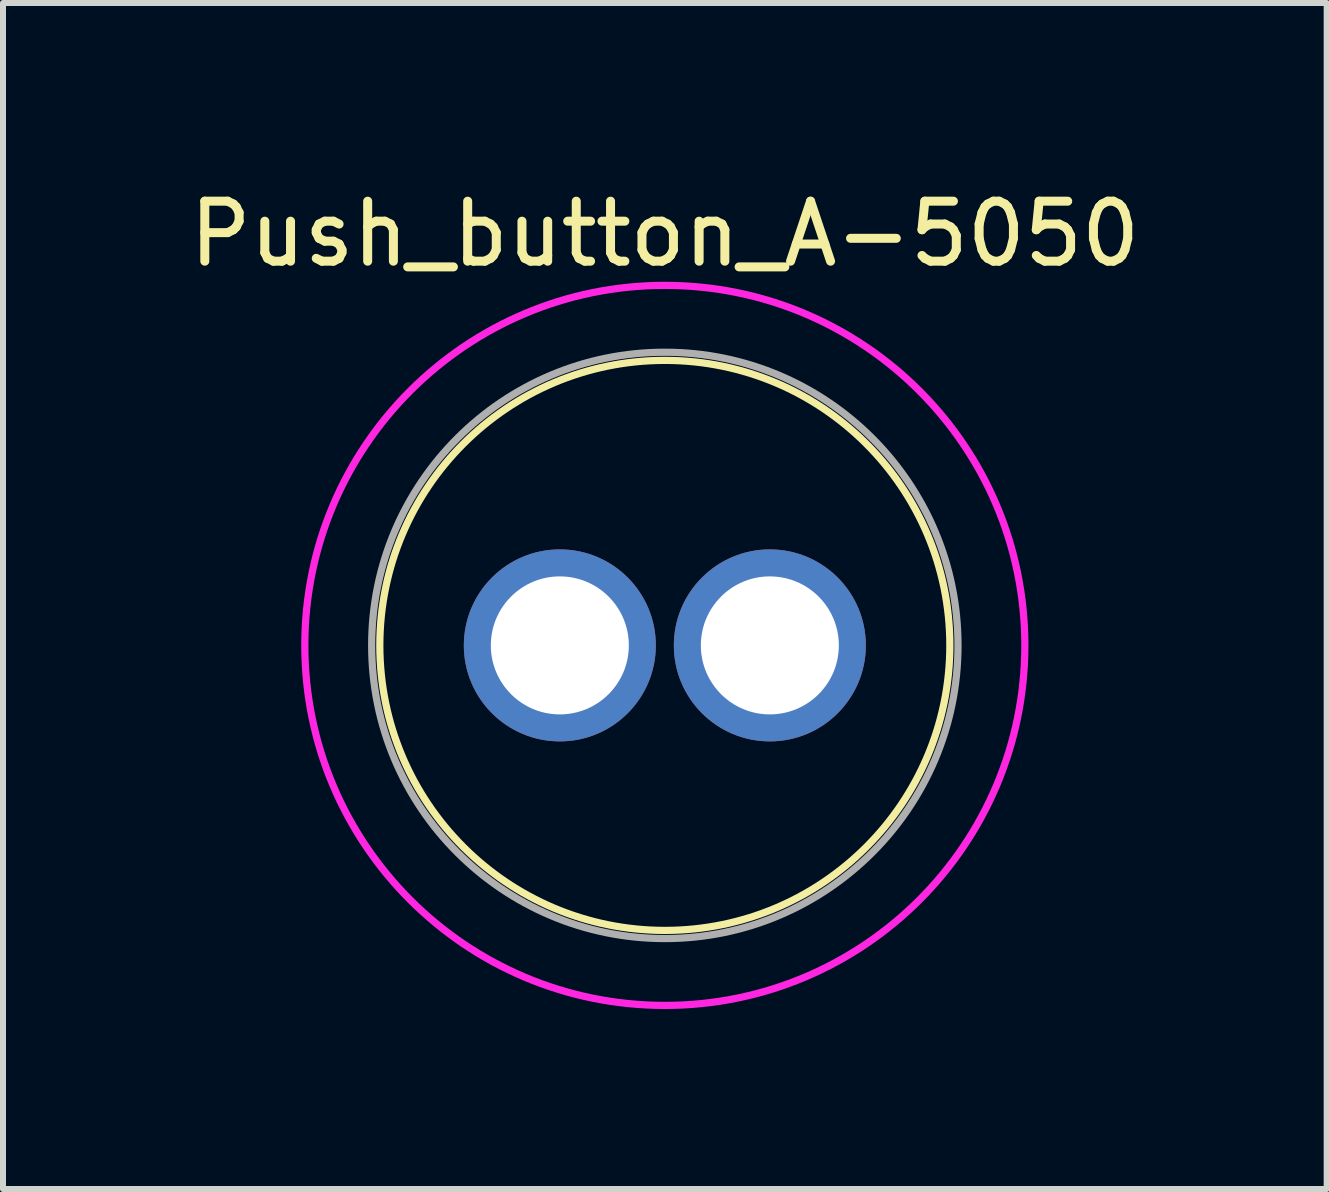
<source format=kicad_pcb>
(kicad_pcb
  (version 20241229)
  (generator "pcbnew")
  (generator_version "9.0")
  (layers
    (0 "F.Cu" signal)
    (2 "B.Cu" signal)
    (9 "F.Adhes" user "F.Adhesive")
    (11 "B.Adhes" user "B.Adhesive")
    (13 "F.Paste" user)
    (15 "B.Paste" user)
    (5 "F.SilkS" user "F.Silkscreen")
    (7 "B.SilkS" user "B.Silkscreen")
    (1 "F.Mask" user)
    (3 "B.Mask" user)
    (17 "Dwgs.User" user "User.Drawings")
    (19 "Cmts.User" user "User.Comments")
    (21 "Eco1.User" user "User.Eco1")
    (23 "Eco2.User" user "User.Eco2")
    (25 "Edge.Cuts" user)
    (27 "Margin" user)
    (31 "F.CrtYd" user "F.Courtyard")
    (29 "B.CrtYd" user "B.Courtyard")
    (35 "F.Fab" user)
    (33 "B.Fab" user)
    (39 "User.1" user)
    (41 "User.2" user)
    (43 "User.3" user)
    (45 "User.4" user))
  (footprint "Push_button_A-5050"
    (layer "F.Cu")
    (at 8.03 7.706)
    (property "Reference" "Push_button_A-5050" (at 0 -6.858 0) (layer "F.SilkS") (effects (font (size 1 1) (thickness 0.15))))
    (attr through_hole)
    (fp_circle (center 0 0) (end 4.75 0) (stroke (width 0.12) (type solid)) (fill no) (layer "F.SilkS"))
    (fp_circle (center 0 0) (end 6 0) (stroke (width 0.12) (type solid)) (fill no) (layer "F.CrtYd"))
    (fp_circle (center 0 0) (end 4.318 -2.286) (stroke (width 0.12) (type solid)) (fill no) (layer "F.Fab"))
    (pad "1" thru_hole circle (at -1.75 0) (size 3.2 3.2) (drill 2.3) (layers "*.Cu" "*.Mask"))
    (pad "2" thru_hole circle (at 1.75 0) (size 3.2 3.2) (drill 2.3) (layers "*.Cu" "*.Mask")))
  (gr_rect
    (start -3 -3)
    (end 19.06 16.766)
    (stroke (width 0.1) (type default))
    (fill no)
    (layer "Edge.Cuts")))
</source>
